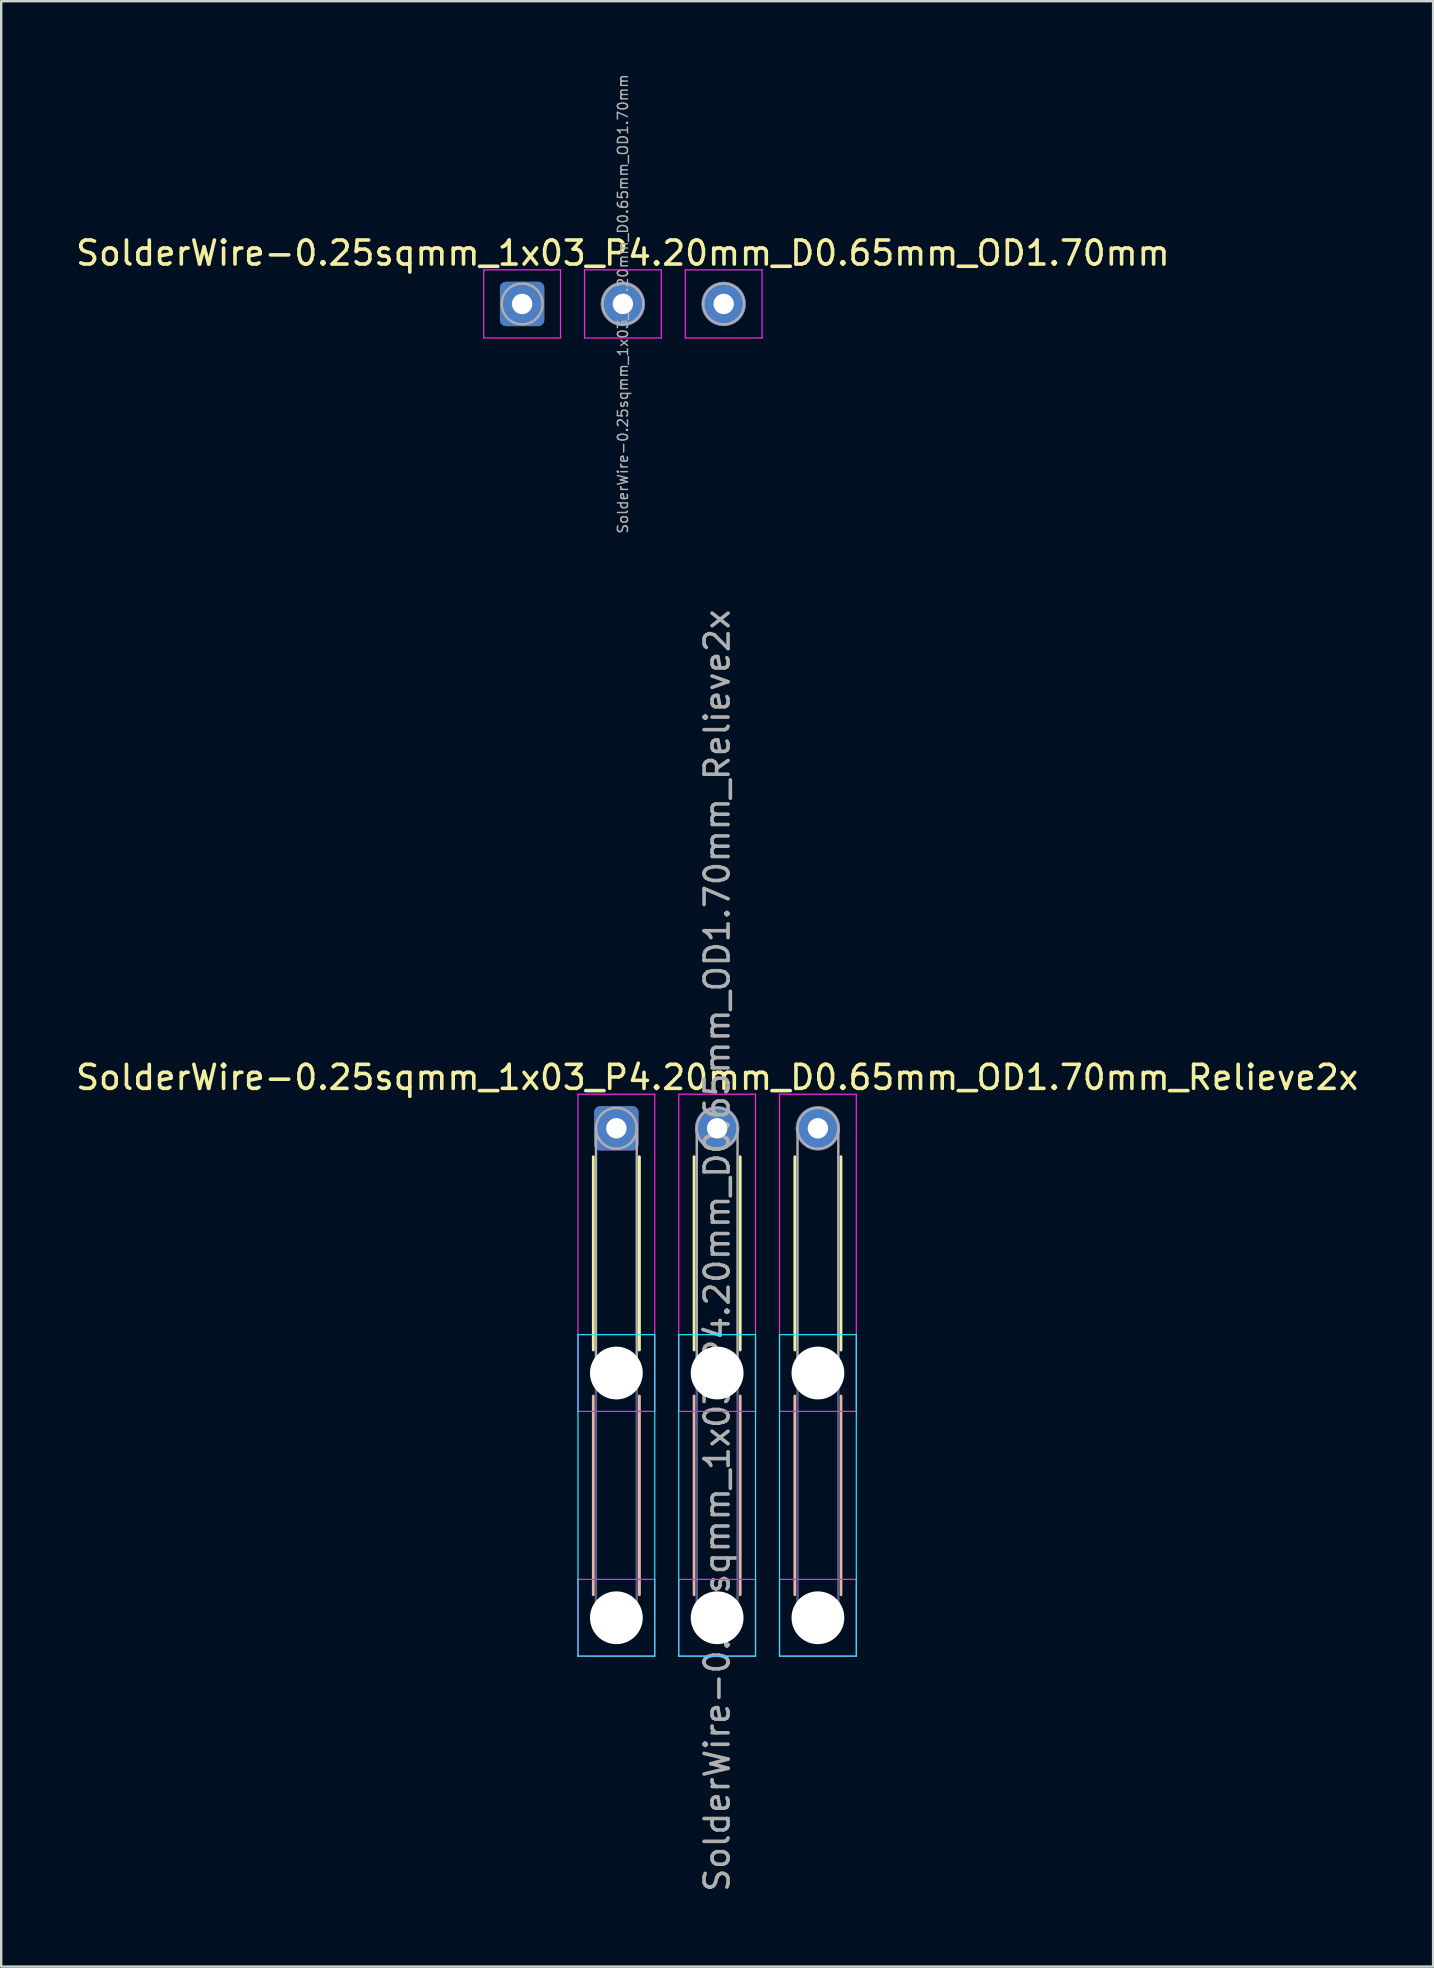
<source format=kicad_pcb>
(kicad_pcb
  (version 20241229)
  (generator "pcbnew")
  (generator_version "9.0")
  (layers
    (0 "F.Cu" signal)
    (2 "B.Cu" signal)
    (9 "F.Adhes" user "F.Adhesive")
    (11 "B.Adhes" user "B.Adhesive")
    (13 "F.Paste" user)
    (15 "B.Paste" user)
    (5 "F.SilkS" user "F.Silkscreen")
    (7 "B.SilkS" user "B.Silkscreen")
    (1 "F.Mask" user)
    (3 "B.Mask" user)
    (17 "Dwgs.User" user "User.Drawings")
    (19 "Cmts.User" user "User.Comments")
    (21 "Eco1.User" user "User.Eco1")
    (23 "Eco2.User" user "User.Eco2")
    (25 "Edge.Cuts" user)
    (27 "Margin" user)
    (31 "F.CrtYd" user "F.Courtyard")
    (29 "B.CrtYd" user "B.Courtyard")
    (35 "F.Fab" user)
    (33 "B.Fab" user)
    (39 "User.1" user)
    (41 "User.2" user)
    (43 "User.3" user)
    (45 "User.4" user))
  (footprint "SolderWire-0.25sqmm_1x03_P4.20mm_D0.65mm_OD1.70mm_Relieve2x"
    (layer "F.Cu")
    (at 22.639 43.975)
    (property "Reference" "SolderWire-0.25sqmm_1x03_P4.20mm_D0.65mm_OD1.70mm_Relieve2x" (at 4.2 -2.12 0) (layer "F.SilkS") (effects (font (size 1 1) (thickness 0.15))))
    (attr exclude_from_pos_files exclude_from_bom)
    (fp_line (start -0.96 1.185) (end -0.96 9.24) (stroke (width 0.12) (type solid)) (layer "F.SilkS"))
    (fp_line (start 0.96 1.185) (end 0.96 9.24) (stroke (width 0.12) (type solid)) (layer "F.SilkS"))
    (fp_line (start 3.24 1.185) (end 3.24 9.24) (stroke (width 0.12) (type solid)) (layer "F.SilkS"))
    (fp_line (start 5.16 1.185) (end 5.16 9.24) (stroke (width 0.12) (type solid)) (layer "F.SilkS"))
    (fp_line (start 7.44 1.185) (end 7.44 9.24) (stroke (width 0.12) (type solid)) (layer "F.SilkS"))
    (fp_line (start 9.36 1.185) (end 9.36 9.24) (stroke (width 0.12) (type solid)) (layer "F.SilkS"))
    (fp_line (start -0.96 11.16) (end -0.96 19.44) (stroke (width 0.12) (type solid)) (layer "B.SilkS"))
    (fp_line (start 0.96 11.16) (end 0.96 19.44) (stroke (width 0.12) (type solid)) (layer "B.SilkS"))
    (fp_line (start 3.24 11.16) (end 3.24 19.44) (stroke (width 0.12) (type solid)) (layer "B.SilkS"))
    (fp_line (start 5.16 11.16) (end 5.16 19.44) (stroke (width 0.12) (type solid)) (layer "B.SilkS"))
    (fp_line (start 7.44 11.16) (end 7.44 19.44) (stroke (width 0.12) (type solid)) (layer "B.SilkS"))
    (fp_line (start 9.36 11.16) (end 9.36 19.44) (stroke (width 0.12) (type solid)) (layer "B.SilkS"))
    (fp_line (start -1.6 8.6) (end -1.6 22) (stroke (width 0.05) (type solid)) (layer "B.CrtYd"))
    (fp_line (start -1.6 22) (end 1.6 22) (stroke (width 0.05) (type solid)) (layer "B.CrtYd"))
    (fp_line (start 1.6 8.6) (end -1.6 8.6) (stroke (width 0.05) (type solid)) (layer "B.CrtYd"))
    (fp_line (start 1.6 22) (end 1.6 8.6) (stroke (width 0.05) (type solid)) (layer "B.CrtYd"))
    (fp_line (start 2.6 8.6) (end 2.6 22) (stroke (width 0.05) (type solid)) (layer "B.CrtYd"))
    (fp_line (start 2.6 22) (end 5.8 22) (stroke (width 0.05) (type solid)) (layer "B.CrtYd"))
    (fp_line (start 5.8 8.6) (end 2.6 8.6) (stroke (width 0.05) (type solid)) (layer "B.CrtYd"))
    (fp_line (start 5.8 22) (end 5.8 8.6) (stroke (width 0.05) (type solid)) (layer "B.CrtYd"))
    (fp_line (start 6.8 8.6) (end 6.8 22) (stroke (width 0.05) (type solid)) (layer "B.CrtYd"))
    (fp_line (start 6.8 22) (end 10 22) (stroke (width 0.05) (type solid)) (layer "B.CrtYd"))
    (fp_line (start 10 8.6) (end 6.8 8.6) (stroke (width 0.05) (type solid)) (layer "B.CrtYd"))
    (fp_line (start 10 22) (end 10 8.6) (stroke (width 0.05) (type solid)) (layer "B.CrtYd"))
    (fp_line (start -1.6 -1.42) (end -1.6 11.8) (stroke (width 0.05) (type solid)) (layer "F.CrtYd"))
    (fp_line (start -1.6 11.8) (end 1.6 11.8) (stroke (width 0.05) (type solid)) (layer "F.CrtYd"))
    (fp_line (start -1.6 18.8) (end -1.6 22) (stroke (width 0.05) (type solid)) (layer "F.CrtYd"))
    (fp_line (start -1.6 22) (end 1.6 22) (stroke (width 0.05) (type solid)) (layer "F.CrtYd"))
    (fp_line (start 1.6 -1.42) (end -1.6 -1.42) (stroke (width 0.05) (type solid)) (layer "F.CrtYd"))
    (fp_line (start 1.6 11.8) (end 1.6 -1.42) (stroke (width 0.05) (type solid)) (layer "F.CrtYd"))
    (fp_line (start 1.6 18.8) (end -1.6 18.8) (stroke (width 0.05) (type solid)) (layer "F.CrtYd"))
    (fp_line (start 1.6 22) (end 1.6 18.8) (stroke (width 0.05) (type solid)) (layer "F.CrtYd"))
    (fp_line (start 2.6 -1.42) (end 2.6 11.8) (stroke (width 0.05) (type solid)) (layer "F.CrtYd"))
    (fp_line (start 2.6 11.8) (end 5.8 11.8) (stroke (width 0.05) (type solid)) (layer "F.CrtYd"))
    (fp_line (start 2.6 18.8) (end 2.6 22) (stroke (width 0.05) (type solid)) (layer "F.CrtYd"))
    (fp_line (start 2.6 22) (end 5.8 22) (stroke (width 0.05) (type solid)) (layer "F.CrtYd"))
    (fp_line (start 5.8 -1.42) (end 2.6 -1.42) (stroke (width 0.05) (type solid)) (layer "F.CrtYd"))
    (fp_line (start 5.8 11.8) (end 5.8 -1.42) (stroke (width 0.05) (type solid)) (layer "F.CrtYd"))
    (fp_line (start 5.8 18.8) (end 2.6 18.8) (stroke (width 0.05) (type solid)) (layer "F.CrtYd"))
    (fp_line (start 5.8 22) (end 5.8 18.8) (stroke (width 0.05) (type solid)) (layer "F.CrtYd"))
    (fp_line (start 6.8 -1.42) (end 6.8 11.8) (stroke (width 0.05) (type solid)) (layer "F.CrtYd"))
    (fp_line (start 6.8 11.8) (end 10 11.8) (stroke (width 0.05) (type solid)) (layer "F.CrtYd"))
    (fp_line (start 6.8 18.8) (end 6.8 22) (stroke (width 0.05) (type solid)) (layer "F.CrtYd"))
    (fp_line (start 6.8 22) (end 10 22) (stroke (width 0.05) (type solid)) (layer "F.CrtYd"))
    (fp_line (start 10 -1.42) (end 6.8 -1.42) (stroke (width 0.05) (type solid)) (layer "F.CrtYd"))
    (fp_line (start 10 11.8) (end 10 -1.42) (stroke (width 0.05) (type solid)) (layer "F.CrtYd"))
    (fp_line (start 10 18.8) (end 6.8 18.8) (stroke (width 0.05) (type solid)) (layer "F.CrtYd"))
    (fp_line (start 10 22) (end 10 18.8) (stroke (width 0.05) (type solid)) (layer "F.CrtYd"))
    (fp_line (start -0.85 10.2) (end -0.85 20.4) (stroke (width 0.1) (type solid)) (layer "B.Fab"))
    (fp_line (start 0.85 10.2) (end 0.85 20.4) (stroke (width 0.1) (type solid)) (layer "B.Fab"))
    (fp_line (start 3.35 10.2) (end 3.35 20.4) (stroke (width 0.1) (type solid)) (layer "B.Fab"))
    (fp_line (start 5.05 10.2) (end 5.05 20.4) (stroke (width 0.1) (type solid)) (layer "B.Fab"))
    (fp_line (start 7.55 10.2) (end 7.55 20.4) (stroke (width 0.1) (type solid)) (layer "B.Fab"))
    (fp_line (start 9.25 10.2) (end 9.25 20.4) (stroke (width 0.1) (type solid)) (layer "B.Fab"))
    (fp_circle (center 0 10.2) (end 0.85 10.2) (stroke (width 0.1) (type solid)) (fill no) (layer "B.Fab"))
    (fp_circle (center 0 20.4) (end 0.85 20.4) (stroke (width 0.1) (type solid)) (fill no) (layer "B.Fab"))
    (fp_circle (center 4.2 10.2) (end 5.05 10.2) (stroke (width 0.1) (type solid)) (fill no) (layer "B.Fab"))
    (fp_circle (center 4.2 20.4) (end 5.05 20.4) (stroke (width 0.1) (type solid)) (fill no) (layer "B.Fab"))
    (fp_circle (center 8.4 10.2) (end 9.25 10.2) (stroke (width 0.1) (type solid)) (fill no) (layer "B.Fab"))
    (fp_circle (center 8.4 20.4) (end 9.25 20.4) (stroke (width 0.1) (type solid)) (fill no) (layer "B.Fab"))
    (fp_line (start -0.85 0) (end -0.85 10.2) (stroke (width 0.1) (type solid)) (layer "F.Fab"))
    (fp_line (start 0.85 0) (end 0.85 10.2) (stroke (width 0.1) (type solid)) (layer "F.Fab"))
    (fp_line (start 3.35 0) (end 3.35 10.2) (stroke (width 0.1) (type solid)) (layer "F.Fab"))
    (fp_line (start 5.05 0) (end 5.05 10.2) (stroke (width 0.1) (type solid)) (layer "F.Fab"))
    (fp_line (start 7.55 0) (end 7.55 10.2) (stroke (width 0.1) (type solid)) (layer "F.Fab"))
    (fp_line (start 9.25 0) (end 9.25 10.2) (stroke (width 0.1) (type solid)) (layer "F.Fab"))
    (fp_circle (center 0 0) (end 0.85 0) (stroke (width 0.1) (type solid)) (fill no) (layer "F.Fab"))
    (fp_circle (center 0 10.2) (end 0.85 10.2) (stroke (width 0.1) (type solid)) (fill no) (layer "F.Fab"))
    (fp_circle (center 0 20.4) (end 0.85 20.4) (stroke (width 0.1) (type solid)) (fill no) (layer "F.Fab"))
    (fp_circle (center 4.2 0) (end 5.05 0) (stroke (width 0.1) (type solid)) (fill no) (layer "F.Fab"))
    (fp_circle (center 4.2 10.2) (end 5.05 10.2) (stroke (width 0.1) (type solid)) (fill no) (layer "F.Fab"))
    (fp_circle (center 4.2 20.4) (end 5.05 20.4) (stroke (width 0.1) (type solid)) (fill no) (layer "F.Fab"))
    (fp_circle (center 8.4 0) (end 9.25 0) (stroke (width 0.1) (type solid)) (fill no) (layer "F.Fab"))
    (fp_circle (center 8.4 10.2) (end 9.25 10.2) (stroke (width 0.1) (type solid)) (fill no) (layer "F.Fab"))
    (fp_circle (center 8.4 20.4) (end 9.25 20.4) (stroke (width 0.1) (type solid)) (fill no) (layer "F.Fab"))
    (fp_text user "${REFERENCE}" (at 4.2 5.1 90) (layer "F.Fab") (effects (font (size 1 1) (thickness 0.15))))
    (pad "" np_thru_hole circle (at 0 10.2) (size 2.2 2.2) (drill 2.2) (layers "*.Cu" "*.Mask"))
    (pad "" np_thru_hole circle (at 0 20.4) (size 2.2 2.2) (drill 2.2) (layers "*.Cu" "*.Mask"))
    (pad "" np_thru_hole circle (at 4.2 10.2) (size 2.2 2.2) (drill 2.2) (layers "*.Cu" "*.Mask"))
    (pad "" np_thru_hole circle (at 4.2 20.4) (size 2.2 2.2) (drill 2.2) (layers "*.Cu" "*.Mask"))
    (pad "" np_thru_hole circle (at 8.4 10.2) (size 2.2 2.2) (drill 2.2) (layers "*.Cu" "*.Mask"))
    (pad "" np_thru_hole circle (at 8.4 20.4) (size 2.2 2.2) (drill 2.2) (layers "*.Cu" "*.Mask"))
    (pad "1" thru_hole roundrect (at 0 0) (size 1.85 1.85) (drill 0.85) (layers "*.Cu" "*.Mask") (roundrect_rratio 0.135))
    (pad "2" thru_hole circle (at 4.2 0) (size 1.85 1.85) (drill 0.85) (layers "*.Cu" "*.Mask"))
    (pad "3" thru_hole circle (at 8.4 0) (size 1.85 1.85) (drill 0.85) (layers "*.Cu" "*.Mask")))
  (footprint "SolderWire-0.25sqmm_1x03_P4.20mm_D0.65mm_OD1.70mm"
    (layer "F.Cu")
    (at 18.711 9.618)
    (property "Reference" "SolderWire-0.25sqmm_1x03_P4.20mm_D0.65mm_OD1.70mm" (at 4.2 -2.12 0) (layer "F.SilkS") (effects (font (size 1 1) (thickness 0.15))))
    (attr exclude_from_pos_files exclude_from_bom)
    (fp_line (start -1.6 -1.42) (end -1.6 1.42) (stroke (width 0.05) (type solid)) (layer "F.CrtYd"))
    (fp_line (start -1.6 1.42) (end 1.6 1.42) (stroke (width 0.05) (type solid)) (layer "F.CrtYd"))
    (fp_line (start 1.6 -1.42) (end -1.6 -1.42) (stroke (width 0.05) (type solid)) (layer "F.CrtYd"))
    (fp_line (start 1.6 1.42) (end 1.6 -1.42) (stroke (width 0.05) (type solid)) (layer "F.CrtYd"))
    (fp_line (start 2.6 -1.42) (end 2.6 1.42) (stroke (width 0.05) (type solid)) (layer "F.CrtYd"))
    (fp_line (start 2.6 1.42) (end 5.8 1.42) (stroke (width 0.05) (type solid)) (layer "F.CrtYd"))
    (fp_line (start 5.8 -1.42) (end 2.6 -1.42) (stroke (width 0.05) (type solid)) (layer "F.CrtYd"))
    (fp_line (start 5.8 1.42) (end 5.8 -1.42) (stroke (width 0.05) (type solid)) (layer "F.CrtYd"))
    (fp_line (start 6.8 -1.42) (end 6.8 1.42) (stroke (width 0.05) (type solid)) (layer "F.CrtYd"))
    (fp_line (start 6.8 1.42) (end 10 1.42) (stroke (width 0.05) (type solid)) (layer "F.CrtYd"))
    (fp_line (start 10 -1.42) (end 6.8 -1.42) (stroke (width 0.05) (type solid)) (layer "F.CrtYd"))
    (fp_line (start 10 1.42) (end 10 -1.42) (stroke (width 0.05) (type solid)) (layer "F.CrtYd"))
    (fp_circle (center 0 0) (end 0.85 0) (stroke (width 0.1) (type solid)) (fill no) (layer "F.Fab"))
    (fp_circle (center 4.2 0) (end 5.05 0) (stroke (width 0.1) (type solid)) (fill no) (layer "F.Fab"))
    (fp_circle (center 8.4 0) (end 9.25 0) (stroke (width 0.1) (type solid)) (fill no) (layer "F.Fab"))
    (fp_text user "${REFERENCE}" (at 4.2 0 90) (layer "F.Fab") (effects (font (size 0.42 0.42) (thickness 0.06))))
    (pad "1" thru_hole roundrect (at 0 0) (size 1.85 1.85) (drill 0.85) (layers "*.Cu" "*.Mask") (roundrect_rratio 0.135))
    (pad "2" thru_hole circle (at 4.2 0) (size 1.85 1.85) (drill 0.85) (layers "*.Cu" "*.Mask"))
    (pad "3" thru_hole circle (at 8.4 0) (size 1.85 1.85) (drill 0.85) (layers "*.Cu" "*.Mask")))
  (gr_rect
    (start -3 -3)
    (end 56.679 78.915)
    (stroke (width 0.1) (type default))
    (fill no)
    (layer "Edge.Cuts")))
</source>
